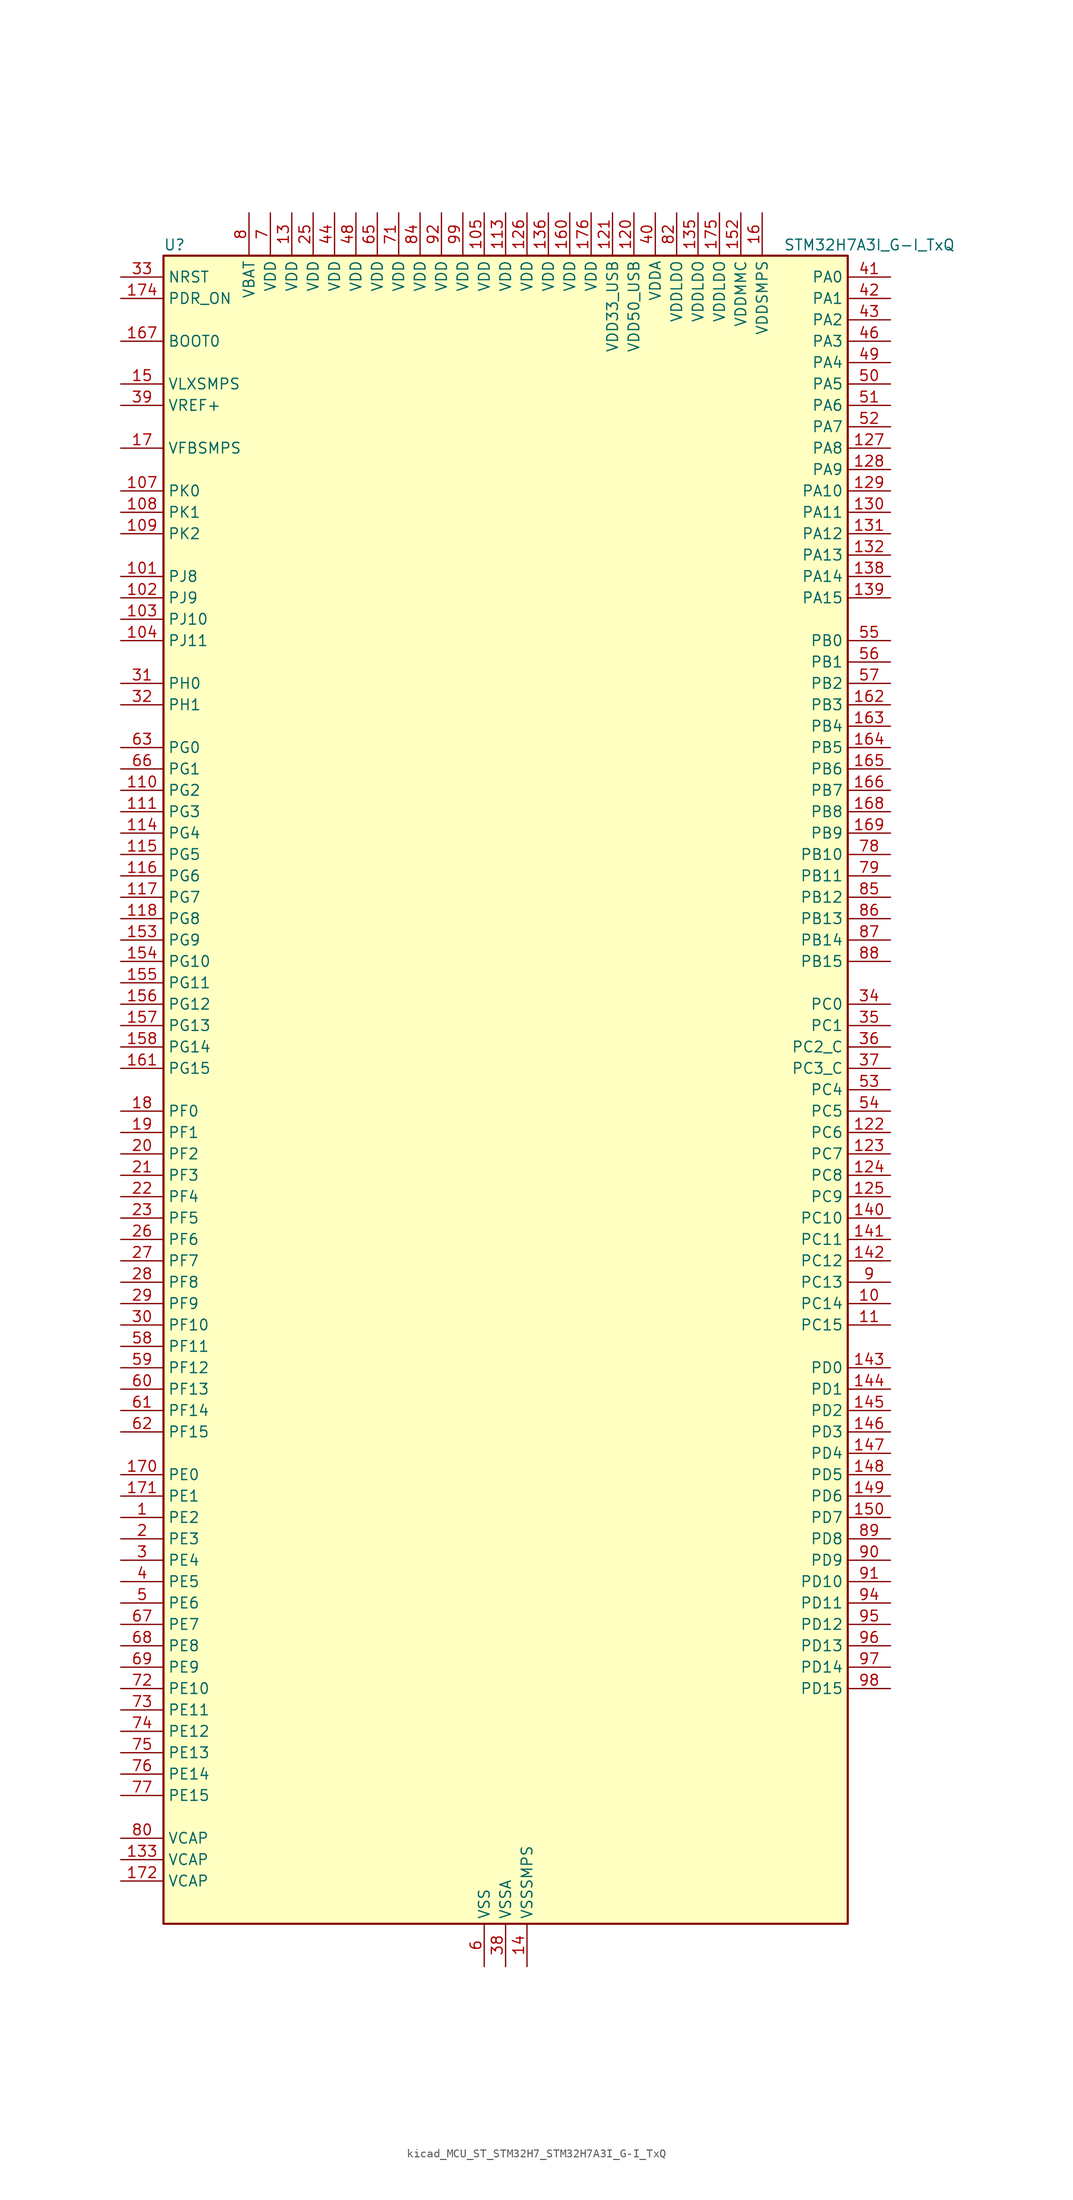
<source format=kicad_sym>
(kicad_symbol_lib
  (version 20220914)
  (generator kicad_symbol_editor)
  (symbol "kicad_MCU_ST_STM32H7_STM32H7A3I_G-I_TxQ"
    (property "Reference" "U"
      (at -40.64 100.33 0)
      (effects (font (size 1.27 1.27)) (justify left)))
    (property "Value" "STM32H7A3I_G-I_TxQ"
      (at 33.02 100.33 0)
      (effects (font (size 1.27 1.27)) (justify left)))
    (property "ki_locked" ""
      (at 0 0 0)
      (effects (font (size 1.27 1.27))))
    (symbol "kicad_MCU_ST_STM32H7_STM32H7A3I_G-I_TxQ_0_1"
      (rectangle (start -40.64 -99.06) (end 40.64 99.06) (stroke (width 0.254) (type default)) (fill (type background))))
    (symbol "kicad_MCU_ST_STM32H7_STM32H7A3I_G-I_TxQ_1_1"
      (pin bidirectional line (at -45.72 -50.8 0) (length 5.08) (name "PE2" (effects (font (size 1.27 1.27)))) (number "1" (effects (font (size 1.27 1.27)))) (alternate "DEBUG_TRACECLK" bidirectional line) (alternate "FMC_A23" bidirectional line) (alternate "OCTOSPIM_P1_IO2" bidirectional line) (alternate "SAI1_CK1" bidirectional line) (alternate "SAI1_MCLK_A" bidirectional line) (alternate "SPI4_SCK" bidirectional line) (alternate "USART10_RX" bidirectional line))
      (pin bidirectional line (at 45.72 -25.4 180) (length 5.08) (name "PC14" (effects (font (size 1.27 1.27)))) (number "10" (effects (font (size 1.27 1.27)))) (alternate "RCC_OSC32_IN" bidirectional line))
      (pin passive line (at -2.54 -104.14 90) (length 5.08) hide (name "VSS" (effects (font (size 1.27 1.27)))) (number "100" (effects (font (size 1.27 1.27)))))
      (pin bidirectional line (at -45.72 60.96 0) (length 5.08) (name "PJ8" (effects (font (size 1.27 1.27)))) (number "101" (effects (font (size 1.27 1.27)))) (alternate "LTDC_G1" bidirectional line) (alternate "TIM1_CH3N" bidirectional line) (alternate "TIM8_CH1" bidirectional line) (alternate "UART8_TX" bidirectional line))
      (pin bidirectional line (at -45.72 58.42 0) (length 5.08) (name "PJ9" (effects (font (size 1.27 1.27)))) (number "102" (effects (font (size 1.27 1.27)))) (alternate "DAC1_EXTI9" bidirectional line) (alternate "LTDC_G2" bidirectional line) (alternate "TIM1_CH3" bidirectional line) (alternate "TIM8_CH1N" bidirectional line) (alternate "UART8_RX" bidirectional line))
      (pin bidirectional line (at -45.72 55.88 0) (length 5.08) (name "PJ10" (effects (font (size 1.27 1.27)))) (number "103" (effects (font (size 1.27 1.27)))) (alternate "LTDC_G3" bidirectional line) (alternate "SPI5_MOSI" bidirectional line) (alternate "TIM1_CH2N" bidirectional line) (alternate "TIM8_CH2" bidirectional line))
      (pin bidirectional line (at -45.72 53.34 0) (length 5.08) (name "PJ11" (effects (font (size 1.27 1.27)))) (number "104" (effects (font (size 1.27 1.27)))) (alternate "ADC1_EXTI11" bidirectional line) (alternate "ADC2_EXTI11" bidirectional line) (alternate "LTDC_G4" bidirectional line) (alternate "SPI5_MISO" bidirectional line) (alternate "TIM1_CH2" bidirectional line) (alternate "TIM8_CH2N" bidirectional line))
      (pin power_in line (at -2.54 104.14 270) (length 5.08) (name "VDD" (effects (font (size 1.27 1.27)))) (number "105" (effects (font (size 1.27 1.27)))))
      (pin passive line (at -2.54 -104.14 90) (length 5.08) hide (name "VSS" (effects (font (size 1.27 1.27)))) (number "106" (effects (font (size 1.27 1.27)))))
      (pin bidirectional line (at -45.72 71.12 0) (length 5.08) (name "PK0" (effects (font (size 1.27 1.27)))) (number "107" (effects (font (size 1.27 1.27)))) (alternate "LTDC_G5" bidirectional line) (alternate "SPI5_SCK" bidirectional line) (alternate "TIM1_CH1N" bidirectional line) (alternate "TIM8_CH3" bidirectional line))
      (pin bidirectional line (at -45.72 68.58 0) (length 5.08) (name "PK1" (effects (font (size 1.27 1.27)))) (number "108" (effects (font (size 1.27 1.27)))) (alternate "LTDC_G6" bidirectional line) (alternate "SPI5_NSS" bidirectional line) (alternate "TIM1_CH1" bidirectional line) (alternate "TIM8_CH3N" bidirectional line))
      (pin bidirectional line (at -45.72 66.04 0) (length 5.08) (name "PK2" (effects (font (size 1.27 1.27)))) (number "109" (effects (font (size 1.27 1.27)))) (alternate "LTDC_G7" bidirectional line) (alternate "TIM1_BKIN" bidirectional line) (alternate "TIM1_BKIN_COMP1" bidirectional line) (alternate "TIM1_BKIN_COMP2" bidirectional line) (alternate "TIM8_BKIN" bidirectional line) (alternate "TIM8_BKIN_COMP1" bidirectional line) (alternate "TIM8_BKIN_COMP2" bidirectional line))
      (pin bidirectional line (at 45.72 -27.94 180) (length 5.08) (name "PC15" (effects (font (size 1.27 1.27)))) (number "11" (effects (font (size 1.27 1.27)))) (alternate "ADC1_EXTI15" bidirectional line) (alternate "ADC2_EXTI15" bidirectional line) (alternate "RCC_OSC32_OUT" bidirectional line))
      (pin bidirectional line (at -45.72 35.56 0) (length 5.08) (name "PG2" (effects (font (size 1.27 1.27)))) (number "110" (effects (font (size 1.27 1.27)))) (alternate "FMC_A12" bidirectional line) (alternate "TIM8_BKIN" bidirectional line) (alternate "TIM8_BKIN_COMP1" bidirectional line) (alternate "TIM8_BKIN_COMP2" bidirectional line))
      (pin bidirectional line (at -45.72 33.02 0) (length 5.08) (name "PG3" (effects (font (size 1.27 1.27)))) (number "111" (effects (font (size 1.27 1.27)))) (alternate "FMC_A13" bidirectional line) (alternate "TIM8_BKIN2" bidirectional line) (alternate "TIM8_BKIN2_COMP1" bidirectional line) (alternate "TIM8_BKIN2_COMP2" bidirectional line))
      (pin passive line (at -2.54 -104.14 90) (length 5.08) hide (name "VSS" (effects (font (size 1.27 1.27)))) (number "112" (effects (font (size 1.27 1.27)))))
      (pin power_in line (at 0 104.14 270) (length 5.08) (name "VDD" (effects (font (size 1.27 1.27)))) (number "113" (effects (font (size 1.27 1.27)))))
      (pin bidirectional line (at -45.72 30.48 0) (length 5.08) (name "PG4" (effects (font (size 1.27 1.27)))) (number "114" (effects (font (size 1.27 1.27)))) (alternate "FMC_A14" bidirectional line) (alternate "FMC_BA0" bidirectional line) (alternate "TIM1_BKIN2" bidirectional line) (alternate "TIM1_BKIN2_COMP1" bidirectional line) (alternate "TIM1_BKIN2_COMP2" bidirectional line))
      (pin bidirectional line (at -45.72 27.94 0) (length 5.08) (name "PG5" (effects (font (size 1.27 1.27)))) (number "115" (effects (font (size 1.27 1.27)))) (alternate "FMC_A15" bidirectional line) (alternate "FMC_BA1" bidirectional line) (alternate "TIM1_ETR" bidirectional line))
      (pin bidirectional line (at -45.72 25.4 0) (length 5.08) (name "PG6" (effects (font (size 1.27 1.27)))) (number "116" (effects (font (size 1.27 1.27)))) (alternate "DCMI_D12" bidirectional line) (alternate "FMC_NE3" bidirectional line) (alternate "LTDC_R7" bidirectional line) (alternate "OCTOSPIM_P1_NCS" bidirectional line) (alternate "PSSI_D12" bidirectional line) (alternate "TIM17_BKIN" bidirectional line))
      (pin bidirectional line (at -45.72 22.86 0) (length 5.08) (name "PG7" (effects (font (size 1.27 1.27)))) (number "117" (effects (font (size 1.27 1.27)))) (alternate "DCMI_D13" bidirectional line) (alternate "FMC_INT" bidirectional line) (alternate "LTDC_CLK" bidirectional line) (alternate "OCTOSPIM_P2_DQS" bidirectional line) (alternate "PSSI_D13" bidirectional line) (alternate "SAI1_MCLK_A" bidirectional line) (alternate "USART6_CK" bidirectional line))
      (pin bidirectional line (at -45.72 20.32 0) (length 5.08) (name "PG8" (effects (font (size 1.27 1.27)))) (number "118" (effects (font (size 1.27 1.27)))) (alternate "FMC_SDCLK" bidirectional line) (alternate "I2S6_WS" bidirectional line) (alternate "LTDC_G7" bidirectional line) (alternate "SPDIFRX_IN2" bidirectional line) (alternate "SPI6_NSS" bidirectional line) (alternate "TIM8_ETR" bidirectional line) (alternate "USART6_DE" bidirectional line) (alternate "USART6_RTS" bidirectional line))
      (pin passive line (at -2.54 -104.14 90) (length 5.08) hide (name "VSS" (effects (font (size 1.27 1.27)))) (number "119" (effects (font (size 1.27 1.27)))))
      (pin passive line (at -2.54 -104.14 90) (length 5.08) hide (name "VSS" (effects (font (size 1.27 1.27)))) (number "12" (effects (font (size 1.27 1.27)))))
      (pin power_in line (at 15.24 104.14 270) (length 5.08) (name "VDD50_USB" (effects (font (size 1.27 1.27)))) (number "120" (effects (font (size 1.27 1.27)))))
      (pin power_in line (at 12.7 104.14 270) (length 5.08) (name "VDD33_USB" (effects (font (size 1.27 1.27)))) (number "121" (effects (font (size 1.27 1.27)))))
      (pin bidirectional line (at 45.72 -5.08 180) (length 5.08) (name "PC6" (effects (font (size 1.27 1.27)))) (number "122" (effects (font (size 1.27 1.27)))) (alternate "DCMI_D0" bidirectional line) (alternate "DFSDM1_CKIN3" bidirectional line) (alternate "FMC_NWAIT" bidirectional line) (alternate "I2S2_MCK" bidirectional line) (alternate "LTDC_HSYNC" bidirectional line) (alternate "PSSI_D0" bidirectional line) (alternate "SDMMC1_D0DIR" bidirectional line) (alternate "SDMMC1_D6" bidirectional line) (alternate "SDMMC2_D6" bidirectional line) (alternate "SWPMI1_IO" bidirectional line) (alternate "TIM3_CH1" bidirectional line) (alternate "TIM8_CH1" bidirectional line) (alternate "USART6_TX" bidirectional line))
      (pin bidirectional line (at 45.72 -7.62 180) (length 5.08) (name "PC7" (effects (font (size 1.27 1.27)))) (number "123" (effects (font (size 1.27 1.27)))) (alternate "DCMI_D1" bidirectional line) (alternate "DEBUG_TRGIO" bidirectional line) (alternate "DFSDM1_DATIN3" bidirectional line) (alternate "FMC_NE1" bidirectional line) (alternate "I2S3_MCK" bidirectional line) (alternate "LTDC_G6" bidirectional line) (alternate "PSSI_D1" bidirectional line) (alternate "SDMMC1_D123DIR" bidirectional line) (alternate "SDMMC1_D7" bidirectional line) (alternate "SDMMC2_D7" bidirectional line) (alternate "SWPMI1_TX" bidirectional line) (alternate "TIM3_CH2" bidirectional line) (alternate "TIM8_CH2" bidirectional line) (alternate "USART6_RX" bidirectional line))
      (pin bidirectional line (at 45.72 -10.16 180) (length 5.08) (name "PC8" (effects (font (size 1.27 1.27)))) (number "124" (effects (font (size 1.27 1.27)))) (alternate "DCMI_D2" bidirectional line) (alternate "DEBUG_TRACED1" bidirectional line) (alternate "FMC_INT" bidirectional line) (alternate "FMC_NCE" bidirectional line) (alternate "FMC_NE2" bidirectional line) (alternate "PSSI_D2" bidirectional line) (alternate "SDMMC1_D0" bidirectional line) (alternate "SWPMI1_RX" bidirectional line) (alternate "TIM3_CH3" bidirectional line) (alternate "TIM8_CH3" bidirectional line) (alternate "UART5_DE" bidirectional line) (alternate "UART5_RTS" bidirectional line) (alternate "USART6_CK" bidirectional line))
      (pin bidirectional line (at 45.72 -12.7 180) (length 5.08) (name "PC9" (effects (font (size 1.27 1.27)))) (number "125" (effects (font (size 1.27 1.27)))) (alternate "DAC1_EXTI9" bidirectional line) (alternate "DCMI_D3" bidirectional line) (alternate "I2C3_SDA" bidirectional line) (alternate "I2S_CKIN" bidirectional line) (alternate "LTDC_B2" bidirectional line) (alternate "LTDC_G3" bidirectional line) (alternate "OCTOSPIM_P1_IO0" bidirectional line) (alternate "PSSI_D3" bidirectional line) (alternate "RCC_MCO_2" bidirectional line) (alternate "SDMMC1_D1" bidirectional line) (alternate "SWPMI1_SUSPEND" bidirectional line) (alternate "TIM3_CH4" bidirectional line) (alternate "TIM8_CH4" bidirectional line) (alternate "UART5_CTS" bidirectional line))
      (pin power_in line (at 2.54 104.14 270) (length 5.08) (name "VDD" (effects (font (size 1.27 1.27)))) (number "126" (effects (font (size 1.27 1.27)))))
      (pin bidirectional line (at 45.72 76.2 180) (length 5.08) (name "PA8" (effects (font (size 1.27 1.27)))) (number "127" (effects (font (size 1.27 1.27)))) (alternate "I2C3_SCL" bidirectional line) (alternate "LTDC_B3" bidirectional line) (alternate "LTDC_R6" bidirectional line) (alternate "RCC_MCO_1" bidirectional line) (alternate "TIM1_CH1" bidirectional line) (alternate "TIM8_BKIN2" bidirectional line) (alternate "TIM8_BKIN2_COMP1" bidirectional line) (alternate "TIM8_BKIN2_COMP2" bidirectional line) (alternate "UART7_RX" bidirectional line) (alternate "USART1_CK" bidirectional line) (alternate "USB_OTG_HS_SOF" bidirectional line))
      (pin bidirectional line (at 45.72 73.66 180) (length 5.08) (name "PA9" (effects (font (size 1.27 1.27)))) (number "128" (effects (font (size 1.27 1.27)))) (alternate "DAC1_EXTI9" bidirectional line) (alternate "DCMI_D0" bidirectional line) (alternate "I2C3_SMBA" bidirectional line) (alternate "I2S2_CK" bidirectional line) (alternate "LPUART1_TX" bidirectional line) (alternate "LTDC_R5" bidirectional line) (alternate "PSSI_D0" bidirectional line) (alternate "SPI2_SCK" bidirectional line) (alternate "TIM1_CH2" bidirectional line) (alternate "USART1_TX" bidirectional line) (alternate "USB_OTG_HS_VBUS" bidirectional line))
      (pin bidirectional line (at 45.72 71.12 180) (length 5.08) (name "PA10" (effects (font (size 1.27 1.27)))) (number "129" (effects (font (size 1.27 1.27)))) (alternate "DCMI_D1" bidirectional line) (alternate "LPUART1_RX" bidirectional line) (alternate "LTDC_B1" bidirectional line) (alternate "LTDC_B4" bidirectional line) (alternate "MDIOS_MDIO" bidirectional line) (alternate "PSSI_D1" bidirectional line) (alternate "TIM1_CH3" bidirectional line) (alternate "USART1_RX" bidirectional line) (alternate "USB_OTG_HS_ID" bidirectional line))
      (pin power_in line (at -25.4 104.14 270) (length 5.08) (name "VDD" (effects (font (size 1.27 1.27)))) (number "13" (effects (font (size 1.27 1.27)))))
      (pin bidirectional line (at 45.72 68.58 180) (length 5.08) (name "PA11" (effects (font (size 1.27 1.27)))) (number "130" (effects (font (size 1.27 1.27)))) (alternate "ADC1_EXTI11" bidirectional line) (alternate "ADC2_EXTI11" bidirectional line) (alternate "FDCAN1_RX" bidirectional line) (alternate "I2S2_WS" bidirectional line) (alternate "LPUART1_CTS" bidirectional line) (alternate "LTDC_R4" bidirectional line) (alternate "SPI2_NSS" bidirectional line) (alternate "TIM1_CH4" bidirectional line) (alternate "UART4_RX" bidirectional line) (alternate "USART1_CTS" bidirectional line) (alternate "USART1_NSS" bidirectional line) (alternate "USB_OTG_HS_DM" bidirectional line))
      (pin bidirectional line (at 45.72 66.04 180) (length 5.08) (name "PA12" (effects (font (size 1.27 1.27)))) (number "131" (effects (font (size 1.27 1.27)))) (alternate "FDCAN1_TX" bidirectional line) (alternate "I2S2_CK" bidirectional line) (alternate "LPUART1_DE" bidirectional line) (alternate "LPUART1_RTS" bidirectional line) (alternate "LTDC_R5" bidirectional line) (alternate "SAI2_FS_B" bidirectional line) (alternate "SPI2_SCK" bidirectional line) (alternate "TIM1_ETR" bidirectional line) (alternate "UART4_TX" bidirectional line) (alternate "USART1_DE" bidirectional line) (alternate "USART1_RTS" bidirectional line) (alternate "USB_OTG_HS_DP" bidirectional line))
      (pin bidirectional line (at 45.72 63.5 180) (length 5.08) (name "PA13" (effects (font (size 1.27 1.27)))) (number "132" (effects (font (size 1.27 1.27)))) (alternate "DEBUG_JTMS-SWDIO" bidirectional line))
      (pin power_out line (at -45.72 -91.44 0) (length 5.08) (name "VCAP" (effects (font (size 1.27 1.27)))) (number "133" (effects (font (size 1.27 1.27)))))
      (pin passive line (at -2.54 -104.14 90) (length 5.08) hide (name "VSS" (effects (font (size 1.27 1.27)))) (number "134" (effects (font (size 1.27 1.27)))))
      (pin power_in line (at 22.86 104.14 270) (length 5.08) (name "VDDLDO" (effects (font (size 1.27 1.27)))) (number "135" (effects (font (size 1.27 1.27)))))
      (pin power_in line (at 5.08 104.14 270) (length 5.08) (name "VDD" (effects (font (size 1.27 1.27)))) (number "136" (effects (font (size 1.27 1.27)))))
      (pin passive line (at -2.54 -104.14 90) (length 5.08) hide (name "VSS" (effects (font (size 1.27 1.27)))) (number "137" (effects (font (size 1.27 1.27)))))
      (pin bidirectional line (at 45.72 60.96 180) (length 5.08) (name "PA14" (effects (font (size 1.27 1.27)))) (number "138" (effects (font (size 1.27 1.27)))) (alternate "DEBUG_JTCK-SWCLK" bidirectional line))
      (pin bidirectional line (at 45.72 58.42 180) (length 5.08) (name "PA15" (effects (font (size 1.27 1.27)))) (number "139" (effects (font (size 1.27 1.27)))) (alternate "ADC1_EXTI15" bidirectional line) (alternate "ADC2_EXTI15" bidirectional line) (alternate "CEC" bidirectional line) (alternate "DEBUG_JTDI" bidirectional line) (alternate "I2S1_WS" bidirectional line) (alternate "I2S3_WS" bidirectional line) (alternate "I2S6_WS" bidirectional line) (alternate "LTDC_B6" bidirectional line) (alternate "LTDC_R3" bidirectional line) (alternate "SPI1_NSS" bidirectional line) (alternate "SPI3_NSS" bidirectional line) (alternate "SPI6_NSS" bidirectional line) (alternate "TIM2_CH1" bidirectional line) (alternate "TIM2_ETR" bidirectional line) (alternate "UART4_DE" bidirectional line) (alternate "UART4_RTS" bidirectional line) (alternate "UART7_TX" bidirectional line))
      (pin power_in line (at 2.54 -104.14 90) (length 5.08) (name "VSSSMPS" (effects (font (size 1.27 1.27)))) (number "14" (effects (font (size 1.27 1.27)))))
      (pin bidirectional line (at 45.72 -15.24 180) (length 5.08) (name "PC10" (effects (font (size 1.27 1.27)))) (number "140" (effects (font (size 1.27 1.27)))) (alternate "DCMI_D8" bidirectional line) (alternate "DFSDM1_CKIN5" bidirectional line) (alternate "DFSDM2_CKIN0" bidirectional line) (alternate "I2S3_CK" bidirectional line) (alternate "LTDC_B1" bidirectional line) (alternate "LTDC_R2" bidirectional line) (alternate "OCTOSPIM_P1_IO1" bidirectional line) (alternate "PSSI_D8" bidirectional line) (alternate "SDMMC1_D2" bidirectional line) (alternate "SPI3_SCK" bidirectional line) (alternate "SWPMI1_RX" bidirectional line) (alternate "UART4_TX" bidirectional line) (alternate "USART3_TX" bidirectional line))
      (pin bidirectional line (at 45.72 -17.78 180) (length 5.08) (name "PC11" (effects (font (size 1.27 1.27)))) (number "141" (effects (font (size 1.27 1.27)))) (alternate "ADC1_EXTI11" bidirectional line) (alternate "ADC2_EXTI11" bidirectional line) (alternate "DCMI_D4" bidirectional line) (alternate "DFSDM1_DATIN5" bidirectional line) (alternate "DFSDM2_DATIN0" bidirectional line) (alternate "I2S3_SDI" bidirectional line) (alternate "LTDC_B4" bidirectional line) (alternate "OCTOSPIM_P1_NCS" bidirectional line) (alternate "PSSI_D4" bidirectional line) (alternate "SDMMC1_D3" bidirectional line) (alternate "SPI3_MISO" bidirectional line) (alternate "UART4_RX" bidirectional line) (alternate "USART3_RX" bidirectional line))
      (pin bidirectional line (at 45.72 -20.32 180) (length 5.08) (name "PC12" (effects (font (size 1.27 1.27)))) (number "142" (effects (font (size 1.27 1.27)))) (alternate "DCMI_D9" bidirectional line) (alternate "DEBUG_TRACED3" bidirectional line) (alternate "DFSDM2_CKOUT" bidirectional line) (alternate "I2S3_SDO" bidirectional line) (alternate "I2S6_CK" bidirectional line) (alternate "LTDC_R6" bidirectional line) (alternate "PSSI_D9" bidirectional line) (alternate "SDMMC1_CK" bidirectional line) (alternate "SPI3_MOSI" bidirectional line) (alternate "SPI6_SCK" bidirectional line) (alternate "TIM15_CH1" bidirectional line) (alternate "UART5_TX" bidirectional line) (alternate "USART3_CK" bidirectional line))
      (pin bidirectional line (at 45.72 -33.02 180) (length 5.08) (name "PD0" (effects (font (size 1.27 1.27)))) (number "143" (effects (font (size 1.27 1.27)))) (alternate "DFSDM1_CKIN6" bidirectional line) (alternate "FDCAN1_RX" bidirectional line) (alternate "FMC_D2" bidirectional line) (alternate "FMC_DA2" bidirectional line) (alternate "LTDC_B1" bidirectional line) (alternate "UART4_RX" bidirectional line) (alternate "UART9_CTS" bidirectional line))
      (pin bidirectional line (at 45.72 -35.56 180) (length 5.08) (name "PD1" (effects (font (size 1.27 1.27)))) (number "144" (effects (font (size 1.27 1.27)))) (alternate "DFSDM1_DATIN6" bidirectional line) (alternate "FDCAN1_TX" bidirectional line) (alternate "FMC_D3" bidirectional line) (alternate "FMC_DA3" bidirectional line) (alternate "UART4_TX" bidirectional line))
      (pin bidirectional line (at 45.72 -38.1 180) (length 5.08) (name "PD2" (effects (font (size 1.27 1.27)))) (number "145" (effects (font (size 1.27 1.27)))) (alternate "DCMI_D11" bidirectional line) (alternate "DEBUG_TRACED2" bidirectional line) (alternate "LTDC_B2" bidirectional line) (alternate "LTDC_B7" bidirectional line) (alternate "PSSI_D11" bidirectional line) (alternate "SDMMC1_CMD" bidirectional line) (alternate "TIM15_BKIN" bidirectional line) (alternate "TIM3_ETR" bidirectional line) (alternate "UART5_RX" bidirectional line))
      (pin bidirectional line (at 45.72 -40.64 180) (length 5.08) (name "PD3" (effects (font (size 1.27 1.27)))) (number "146" (effects (font (size 1.27 1.27)))) (alternate "DCMI_D5" bidirectional line) (alternate "DFSDM1_CKOUT" bidirectional line) (alternate "FMC_CLK" bidirectional line) (alternate "I2S2_CK" bidirectional line) (alternate "LTDC_G7" bidirectional line) (alternate "PSSI_D5" bidirectional line) (alternate "SPI2_SCK" bidirectional line) (alternate "USART2_CTS" bidirectional line) (alternate "USART2_NSS" bidirectional line))
      (pin bidirectional line (at 45.72 -43.18 180) (length 5.08) (name "PD4" (effects (font (size 1.27 1.27)))) (number "147" (effects (font (size 1.27 1.27)))) (alternate "FMC_NOE" bidirectional line) (alternate "OCTOSPIM_P1_IO4" bidirectional line) (alternate "USART2_DE" bidirectional line) (alternate "USART2_RTS" bidirectional line))
      (pin bidirectional line (at 45.72 -45.72 180) (length 5.08) (name "PD5" (effects (font (size 1.27 1.27)))) (number "148" (effects (font (size 1.27 1.27)))) (alternate "FMC_NWE" bidirectional line) (alternate "OCTOSPIM_P1_IO5" bidirectional line) (alternate "USART2_TX" bidirectional line))
      (pin bidirectional line (at 45.72 -48.26 180) (length 5.08) (name "PD6" (effects (font (size 1.27 1.27)))) (number "149" (effects (font (size 1.27 1.27)))) (alternate "DCMI_D10" bidirectional line) (alternate "DFSDM1_CKIN4" bidirectional line) (alternate "DFSDM1_DATIN1" bidirectional line) (alternate "FMC_NWAIT" bidirectional line) (alternate "I2S3_SDO" bidirectional line) (alternate "LTDC_B2" bidirectional line) (alternate "OCTOSPIM_P1_IO6" bidirectional line) (alternate "PSSI_D10" bidirectional line) (alternate "SAI1_D1" bidirectional line) (alternate "SAI1_SD_A" bidirectional line) (alternate "SDMMC2_CK" bidirectional line) (alternate "SPI3_MOSI" bidirectional line) (alternate "USART2_RX" bidirectional line))
      (pin power_in line (at -45.72 83.82 0) (length 5.08) (name "VLXSMPS" (effects (font (size 1.27 1.27)))) (number "15" (effects (font (size 1.27 1.27)))))
      (pin bidirectional line (at 45.72 -50.8 180) (length 5.08) (name "PD7" (effects (font (size 1.27 1.27)))) (number "150" (effects (font (size 1.27 1.27)))) (alternate "DFSDM1_CKIN1" bidirectional line) (alternate "DFSDM1_DATIN4" bidirectional line) (alternate "FMC_NE1" bidirectional line) (alternate "I2S1_SDO" bidirectional line) (alternate "OCTOSPIM_P1_IO7" bidirectional line) (alternate "SDMMC2_CMD" bidirectional line) (alternate "SPDIFRX_IN0" bidirectional line) (alternate "SPI1_MOSI" bidirectional line) (alternate "USART2_CK" bidirectional line))
      (pin passive line (at -2.54 -104.14 90) (length 5.08) hide (name "VSS" (effects (font (size 1.27 1.27)))) (number "151" (effects (font (size 1.27 1.27)))))
      (pin power_in line (at 27.94 104.14 270) (length 5.08) (name "VDDMMC" (effects (font (size 1.27 1.27)))) (number "152" (effects (font (size 1.27 1.27)))))
      (pin bidirectional line (at -45.72 17.78 0) (length 5.08) (name "PG9" (effects (font (size 1.27 1.27)))) (number "153" (effects (font (size 1.27 1.27)))) (alternate "DAC1_EXTI9" bidirectional line) (alternate "DCMI_VSYNC" bidirectional line) (alternate "FMC_NCE" bidirectional line) (alternate "FMC_NE2" bidirectional line) (alternate "I2S1_SDI" bidirectional line) (alternate "OCTOSPIM_P1_IO6" bidirectional line) (alternate "PSSI_RDY" bidirectional line) (alternate "SAI2_FS_B" bidirectional line) (alternate "SDMMC2_D0" bidirectional line) (alternate "SPDIFRX_IN3" bidirectional line) (alternate "SPI1_MISO" bidirectional line) (alternate "USART6_RX" bidirectional line))
      (pin bidirectional line (at -45.72 15.24 0) (length 5.08) (name "PG10" (effects (font (size 1.27 1.27)))) (number "154" (effects (font (size 1.27 1.27)))) (alternate "DCMI_D2" bidirectional line) (alternate "FMC_NE3" bidirectional line) (alternate "I2S1_WS" bidirectional line) (alternate "LTDC_B2" bidirectional line) (alternate "LTDC_G3" bidirectional line) (alternate "OCTOSPIM_P2_IO6" bidirectional line) (alternate "PSSI_D2" bidirectional line) (alternate "SAI2_SD_B" bidirectional line) (alternate "SDMMC2_D1" bidirectional line) (alternate "SPI1_NSS" bidirectional line))
      (pin bidirectional line (at -45.72 12.7 0) (length 5.08) (name "PG11" (effects (font (size 1.27 1.27)))) (number "155" (effects (font (size 1.27 1.27)))) (alternate "ADC1_EXTI11" bidirectional line) (alternate "ADC2_EXTI11" bidirectional line) (alternate "DCMI_D3" bidirectional line) (alternate "I2S1_CK" bidirectional line) (alternate "LPTIM1_IN2" bidirectional line) (alternate "LTDC_B3" bidirectional line) (alternate "OCTOSPIM_P2_IO7" bidirectional line) (alternate "PSSI_D3" bidirectional line) (alternate "SDMMC2_D2" bidirectional line) (alternate "SPDIFRX_IN0" bidirectional line) (alternate "SPI1_SCK" bidirectional line) (alternate "USART10_RX" bidirectional line))
      (pin bidirectional line (at -45.72 10.16 0) (length 5.08) (name "PG12" (effects (font (size 1.27 1.27)))) (number "156" (effects (font (size 1.27 1.27)))) (alternate "FMC_NE4" bidirectional line) (alternate "I2S6_SDI" bidirectional line) (alternate "LPTIM1_IN1" bidirectional line) (alternate "LTDC_B1" bidirectional line) (alternate "LTDC_B4" bidirectional line) (alternate "OCTOSPIM_P2_NCS" bidirectional line) (alternate "SDMMC2_D3" bidirectional line) (alternate "SPDIFRX_IN1" bidirectional line) (alternate "SPI6_MISO" bidirectional line) (alternate "USART10_TX" bidirectional line) (alternate "USART6_DE" bidirectional line) (alternate "USART6_RTS" bidirectional line))
      (pin bidirectional line (at -45.72 7.62 0) (length 5.08) (name "PG13" (effects (font (size 1.27 1.27)))) (number "157" (effects (font (size 1.27 1.27)))) (alternate "DEBUG_TRACED0" bidirectional line) (alternate "FMC_A24" bidirectional line) (alternate "I2S6_CK" bidirectional line) (alternate "LPTIM1_OUT" bidirectional line) (alternate "LTDC_R0" bidirectional line) (alternate "SDMMC2_D6" bidirectional line) (alternate "SPI6_SCK" bidirectional line) (alternate "USART10_CTS" bidirectional line) (alternate "USART10_NSS" bidirectional line) (alternate "USART6_CTS" bidirectional line) (alternate "USART6_NSS" bidirectional line))
      (pin bidirectional line (at -45.72 5.08 0) (length 5.08) (name "PG14" (effects (font (size 1.27 1.27)))) (number "158" (effects (font (size 1.27 1.27)))) (alternate "DEBUG_TRACED1" bidirectional line) (alternate "FMC_A25" bidirectional line) (alternate "I2S6_SDO" bidirectional line) (alternate "LPTIM1_ETR" bidirectional line) (alternate "LTDC_B0" bidirectional line) (alternate "OCTOSPIM_P1_IO7" bidirectional line) (alternate "SDMMC2_D7" bidirectional line) (alternate "SPI6_MOSI" bidirectional line) (alternate "USART10_DE" bidirectional line) (alternate "USART10_RTS" bidirectional line) (alternate "USART6_TX" bidirectional line))
      (pin passive line (at -2.54 -104.14 90) (length 5.08) hide (name "VSS" (effects (font (size 1.27 1.27)))) (number "159" (effects (font (size 1.27 1.27)))))
      (pin power_in line (at 30.48 104.14 270) (length 5.08) (name "VDDSMPS" (effects (font (size 1.27 1.27)))) (number "16" (effects (font (size 1.27 1.27)))))
      (pin power_in line (at 7.62 104.14 270) (length 5.08) (name "VDD" (effects (font (size 1.27 1.27)))) (number "160" (effects (font (size 1.27 1.27)))))
      (pin bidirectional line (at -45.72 2.54 0) (length 5.08) (name "PG15" (effects (font (size 1.27 1.27)))) (number "161" (effects (font (size 1.27 1.27)))) (alternate "ADC1_EXTI15" bidirectional line) (alternate "ADC2_EXTI15" bidirectional line) (alternate "DCMI_D13" bidirectional line) (alternate "FMC_SDNCAS" bidirectional line) (alternate "OCTOSPIM_P2_DQS" bidirectional line) (alternate "PSSI_D13" bidirectional line) (alternate "USART10_CK" bidirectional line) (alternate "USART6_CTS" bidirectional line) (alternate "USART6_NSS" bidirectional line))
      (pin bidirectional line (at 45.72 45.72 180) (length 5.08) (name "PB3" (effects (font (size 1.27 1.27)))) (number "162" (effects (font (size 1.27 1.27)))) (alternate "CRS_SYNC" bidirectional line) (alternate "DEBUG_JTDO-SWO" bidirectional line) (alternate "I2S1_CK" bidirectional line) (alternate "I2S3_CK" bidirectional line) (alternate "I2S6_CK" bidirectional line) (alternate "SDMMC2_D2" bidirectional line) (alternate "SPI1_SCK" bidirectional line) (alternate "SPI3_SCK" bidirectional line) (alternate "SPI6_SCK" bidirectional line) (alternate "TIM2_CH2" bidirectional line) (alternate "UART7_RX" bidirectional line))
      (pin bidirectional line (at 45.72 43.18 180) (length 5.08) (name "PB4" (effects (font (size 1.27 1.27)))) (number "163" (effects (font (size 1.27 1.27)))) (alternate "DEBUG_JTRST" bidirectional line) (alternate "I2S1_SDI" bidirectional line) (alternate "I2S2_WS" bidirectional line) (alternate "I2S3_SDI" bidirectional line) (alternate "I2S6_SDI" bidirectional line) (alternate "SDMMC2_D3" bidirectional line) (alternate "SPI1_MISO" bidirectional line) (alternate "SPI2_NSS" bidirectional line) (alternate "SPI3_MISO" bidirectional line) (alternate "SPI6_MISO" bidirectional line) (alternate "TIM16_BKIN" bidirectional line) (alternate "TIM3_CH1" bidirectional line) (alternate "UART7_TX" bidirectional line))
      (pin bidirectional line (at 45.72 40.64 180) (length 5.08) (name "PB5" (effects (font (size 1.27 1.27)))) (number "164" (effects (font (size 1.27 1.27)))) (alternate "DCMI_D10" bidirectional line) (alternate "FDCAN2_RX" bidirectional line) (alternate "FMC_SDCKE1" bidirectional line) (alternate "I2C1_SMBA" bidirectional line) (alternate "I2C4_SMBA" bidirectional line) (alternate "I2S1_SDO" bidirectional line) (alternate "I2S3_SDO" bidirectional line) (alternate "I2S6_SDO" bidirectional line) (alternate "LTDC_B5" bidirectional line) (alternate "PSSI_D10" bidirectional line) (alternate "SPI1_MOSI" bidirectional line) (alternate "SPI3_MOSI" bidirectional line) (alternate "SPI6_MOSI" bidirectional line) (alternate "TIM17_BKIN" bidirectional line) (alternate "TIM3_CH2" bidirectional line) (alternate "UART5_RX" bidirectional line) (alternate "USB_OTG_HS_ULPI_D7" bidirectional line))
      (pin bidirectional line (at 45.72 38.1 180) (length 5.08) (name "PB6" (effects (font (size 1.27 1.27)))) (number "165" (effects (font (size 1.27 1.27)))) (alternate "CEC" bidirectional line) (alternate "DCMI_D5" bidirectional line) (alternate "DFSDM1_DATIN5" bidirectional line) (alternate "FDCAN2_TX" bidirectional line) (alternate "FMC_SDNE1" bidirectional line) (alternate "I2C1_SCL" bidirectional line) (alternate "I2C4_SCL" bidirectional line) (alternate "LPUART1_TX" bidirectional line) (alternate "OCTOSPIM_P1_NCS" bidirectional line) (alternate "PSSI_D5" bidirectional line) (alternate "TIM16_CH1N" bidirectional line) (alternate "TIM4_CH1" bidirectional line) (alternate "UART5_TX" bidirectional line) (alternate "USART1_TX" bidirectional line))
      (pin bidirectional line (at 45.72 35.56 180) (length 5.08) (name "PB7" (effects (font (size 1.27 1.27)))) (number "166" (effects (font (size 1.27 1.27)))) (alternate "DCMI_VSYNC" bidirectional line) (alternate "DFSDM1_CKIN5" bidirectional line) (alternate "FMC_NL" bidirectional line) (alternate "I2C1_SDA" bidirectional line) (alternate "I2C4_SDA" bidirectional line) (alternate "LPUART1_RX" bidirectional line) (alternate "PSSI_RDY" bidirectional line) (alternate "PWR_PVD_IN" bidirectional line) (alternate "TIM17_CH1N" bidirectional line) (alternate "TIM4_CH2" bidirectional line) (alternate "USART1_RX" bidirectional line))
      (pin input line (at -45.72 88.9 0) (length 5.08) (name "BOOT0" (effects (font (size 1.27 1.27)))) (number "167" (effects (font (size 1.27 1.27)))))
      (pin bidirectional line (at 45.72 33.02 180) (length 5.08) (name "PB8" (effects (font (size 1.27 1.27)))) (number "168" (effects (font (size 1.27 1.27)))) (alternate "DCMI_D6" bidirectional line) (alternate "DFSDM1_CKIN7" bidirectional line) (alternate "FDCAN1_RX" bidirectional line) (alternate "I2C1_SCL" bidirectional line) (alternate "I2C4_SCL" bidirectional line) (alternate "LTDC_B6" bidirectional line) (alternate "PSSI_D6" bidirectional line) (alternate "SDMMC1_CKIN" bidirectional line) (alternate "SDMMC1_D4" bidirectional line) (alternate "SDMMC2_D4" bidirectional line) (alternate "TIM16_CH1" bidirectional line) (alternate "TIM4_CH3" bidirectional line) (alternate "UART4_RX" bidirectional line))
      (pin bidirectional line (at 45.72 30.48 180) (length 5.08) (name "PB9" (effects (font (size 1.27 1.27)))) (number "169" (effects (font (size 1.27 1.27)))) (alternate "DAC1_EXTI9" bidirectional line) (alternate "DCMI_D7" bidirectional line) (alternate "DFSDM1_DATIN7" bidirectional line) (alternate "FDCAN1_TX" bidirectional line) (alternate "I2C1_SDA" bidirectional line) (alternate "I2C4_SDA" bidirectional line) (alternate "I2C4_SMBA" bidirectional line) (alternate "I2S2_WS" bidirectional line) (alternate "LTDC_B7" bidirectional line) (alternate "PSSI_D7" bidirectional line) (alternate "SDMMC1_CDIR" bidirectional line) (alternate "SDMMC1_D5" bidirectional line) (alternate "SDMMC2_D5" bidirectional line) (alternate "SPI2_NSS" bidirectional line) (alternate "TIM17_CH1" bidirectional line) (alternate "TIM4_CH4" bidirectional line) (alternate "UART4_TX" bidirectional line))
      (pin input line (at -45.72 76.2 0) (length 5.08) (name "VFBSMPS" (effects (font (size 1.27 1.27)))) (number "17" (effects (font (size 1.27 1.27)))))
      (pin bidirectional line (at -45.72 -45.72 0) (length 5.08) (name "PE0" (effects (font (size 1.27 1.27)))) (number "170" (effects (font (size 1.27 1.27)))) (alternate "DCMI_D2" bidirectional line) (alternate "FMC_NBL0" bidirectional line) (alternate "LPTIM1_ETR" bidirectional line) (alternate "LPTIM2_ETR" bidirectional line) (alternate "LTDC_R0" bidirectional line) (alternate "PSSI_D2" bidirectional line) (alternate "SAI2_MCLK_A" bidirectional line) (alternate "TIM4_ETR" bidirectional line) (alternate "UART8_RX" bidirectional line))
      (pin bidirectional line (at -45.72 -48.26 0) (length 5.08) (name "PE1" (effects (font (size 1.27 1.27)))) (number "171" (effects (font (size 1.27 1.27)))) (alternate "DCMI_D3" bidirectional line) (alternate "FMC_NBL1" bidirectional line) (alternate "LPTIM1_IN2" bidirectional line) (alternate "LTDC_R6" bidirectional line) (alternate "PSSI_D3" bidirectional line) (alternate "UART8_TX" bidirectional line))
      (pin power_out line (at -45.72 -93.98 0) (length 5.08) (name "VCAP" (effects (font (size 1.27 1.27)))) (number "172" (effects (font (size 1.27 1.27)))))
      (pin passive line (at -2.54 -104.14 90) (length 5.08) hide (name "VSS" (effects (font (size 1.27 1.27)))) (number "173" (effects (font (size 1.27 1.27)))))
      (pin input line (at -45.72 93.98 0) (length 5.08) (name "PDR_ON" (effects (font (size 1.27 1.27)))) (number "174" (effects (font (size 1.27 1.27)))))
      (pin power_in line (at 25.4 104.14 270) (length 5.08) (name "VDDLDO" (effects (font (size 1.27 1.27)))) (number "175" (effects (font (size 1.27 1.27)))))
      (pin power_in line (at 10.16 104.14 270) (length 5.08) (name "VDD" (effects (font (size 1.27 1.27)))) (number "176" (effects (font (size 1.27 1.27)))))
      (pin bidirectional line (at -45.72 -2.54 0) (length 5.08) (name "PF0" (effects (font (size 1.27 1.27)))) (number "18" (effects (font (size 1.27 1.27)))) (alternate "FMC_A0" bidirectional line) (alternate "I2C2_SDA" bidirectional line) (alternate "OCTOSPIM_P2_IO0" bidirectional line))
      (pin bidirectional line (at -45.72 -5.08 0) (length 5.08) (name "PF1" (effects (font (size 1.27 1.27)))) (number "19" (effects (font (size 1.27 1.27)))) (alternate "FMC_A1" bidirectional line) (alternate "I2C2_SCL" bidirectional line) (alternate "OCTOSPIM_P2_IO1" bidirectional line))
      (pin bidirectional line (at -45.72 -53.34 0) (length 5.08) (name "PE3" (effects (font (size 1.27 1.27)))) (number "2" (effects (font (size 1.27 1.27)))) (alternate "DEBUG_TRACED0" bidirectional line) (alternate "FMC_A19" bidirectional line) (alternate "SAI1_SD_B" bidirectional line) (alternate "TIM15_BKIN" bidirectional line) (alternate "USART10_TX" bidirectional line))
      (pin bidirectional line (at -45.72 -7.62 0) (length 5.08) (name "PF2" (effects (font (size 1.27 1.27)))) (number "20" (effects (font (size 1.27 1.27)))) (alternate "FMC_A2" bidirectional line) (alternate "I2C2_SMBA" bidirectional line) (alternate "OCTOSPIM_P2_IO2" bidirectional line))
      (pin bidirectional line (at -45.72 -10.16 0) (length 5.08) (name "PF3" (effects (font (size 1.27 1.27)))) (number "21" (effects (font (size 1.27 1.27)))) (alternate "FMC_A3" bidirectional line) (alternate "OCTOSPIM_P2_IO3" bidirectional line))
      (pin bidirectional line (at -45.72 -12.7 0) (length 5.08) (name "PF4" (effects (font (size 1.27 1.27)))) (number "22" (effects (font (size 1.27 1.27)))) (alternate "FMC_A4" bidirectional line) (alternate "OCTOSPIM_P2_CLK" bidirectional line))
      (pin bidirectional line (at -45.72 -15.24 0) (length 5.08) (name "PF5" (effects (font (size 1.27 1.27)))) (number "23" (effects (font (size 1.27 1.27)))) (alternate "FMC_A5" bidirectional line) (alternate "OCTOSPIM_P2_NCLK" bidirectional line))
      (pin passive line (at -2.54 -104.14 90) (length 5.08) hide (name "VSS" (effects (font (size 1.27 1.27)))) (number "24" (effects (font (size 1.27 1.27)))))
      (pin power_in line (at -22.86 104.14 270) (length 5.08) (name "VDD" (effects (font (size 1.27 1.27)))) (number "25" (effects (font (size 1.27 1.27)))))
      (pin bidirectional line (at -45.72 -17.78 0) (length 5.08) (name "PF6" (effects (font (size 1.27 1.27)))) (number "26" (effects (font (size 1.27 1.27)))) (alternate "OCTOSPIM_P1_IO3" bidirectional line) (alternate "SAI1_SD_B" bidirectional line) (alternate "SPI5_NSS" bidirectional line) (alternate "TIM16_CH1" bidirectional line) (alternate "UART7_RX" bidirectional line))
      (pin bidirectional line (at -45.72 -20.32 0) (length 5.08) (name "PF7" (effects (font (size 1.27 1.27)))) (number "27" (effects (font (size 1.27 1.27)))) (alternate "OCTOSPIM_P1_IO2" bidirectional line) (alternate "SAI1_MCLK_B" bidirectional line) (alternate "SPI5_SCK" bidirectional line) (alternate "TIM17_CH1" bidirectional line) (alternate "UART7_TX" bidirectional line))
      (pin bidirectional line (at -45.72 -22.86 0) (length 5.08) (name "PF8" (effects (font (size 1.27 1.27)))) (number "28" (effects (font (size 1.27 1.27)))) (alternate "OCTOSPIM_P1_IO0" bidirectional line) (alternate "SAI1_SCK_B" bidirectional line) (alternate "SPI5_MISO" bidirectional line) (alternate "TIM13_CH1" bidirectional line) (alternate "TIM16_CH1N" bidirectional line) (alternate "UART7_DE" bidirectional line) (alternate "UART7_RTS" bidirectional line))
      (pin bidirectional line (at -45.72 -25.4 0) (length 5.08) (name "PF9" (effects (font (size 1.27 1.27)))) (number "29" (effects (font (size 1.27 1.27)))) (alternate "DAC1_EXTI9" bidirectional line) (alternate "OCTOSPIM_P1_IO1" bidirectional line) (alternate "SAI1_FS_B" bidirectional line) (alternate "SPI5_MOSI" bidirectional line) (alternate "TIM14_CH1" bidirectional line) (alternate "TIM17_CH1N" bidirectional line) (alternate "UART7_CTS" bidirectional line))
      (pin bidirectional line (at -45.72 -55.88 0) (length 5.08) (name "PE4" (effects (font (size 1.27 1.27)))) (number "3" (effects (font (size 1.27 1.27)))) (alternate "DCMI_D4" bidirectional line) (alternate "DEBUG_TRACED1" bidirectional line) (alternate "DFSDM1_DATIN3" bidirectional line) (alternate "FMC_A20" bidirectional line) (alternate "LTDC_B0" bidirectional line) (alternate "PSSI_D4" bidirectional line) (alternate "SAI1_D2" bidirectional line) (alternate "SAI1_FS_A" bidirectional line) (alternate "SPI4_NSS" bidirectional line) (alternate "TIM15_CH1N" bidirectional line))
      (pin bidirectional line (at -45.72 -27.94 0) (length 5.08) (name "PF10" (effects (font (size 1.27 1.27)))) (number "30" (effects (font (size 1.27 1.27)))) (alternate "DCMI_D11" bidirectional line) (alternate "LTDC_DE" bidirectional line) (alternate "OCTOSPIM_P1_CLK" bidirectional line) (alternate "PSSI_D11" bidirectional line) (alternate "PSSI_D15" bidirectional line) (alternate "SAI1_D3" bidirectional line) (alternate "TIM16_BKIN" bidirectional line))
      (pin bidirectional line (at -45.72 48.26 0) (length 5.08) (name "PH0" (effects (font (size 1.27 1.27)))) (number "31" (effects (font (size 1.27 1.27)))) (alternate "RCC_OSC_IN" bidirectional line))
      (pin bidirectional line (at -45.72 45.72 0) (length 5.08) (name "PH1" (effects (font (size 1.27 1.27)))) (number "32" (effects (font (size 1.27 1.27)))) (alternate "RCC_OSC_OUT" bidirectional line))
      (pin input line (at -45.72 96.52 0) (length 5.08) (name "NRST" (effects (font (size 1.27 1.27)))) (number "33" (effects (font (size 1.27 1.27)))))
      (pin bidirectional line (at 45.72 10.16 180) (length 5.08) (name "PC0" (effects (font (size 1.27 1.27)))) (number "34" (effects (font (size 1.27 1.27)))) (alternate "ADC1_INP10" bidirectional line) (alternate "ADC2_INP10" bidirectional line) (alternate "DFSDM1_CKIN0" bidirectional line) (alternate "DFSDM1_DATIN4" bidirectional line) (alternate "FMC_A25" bidirectional line) (alternate "FMC_SDNWE" bidirectional line) (alternate "LTDC_G2" bidirectional line) (alternate "LTDC_R5" bidirectional line) (alternate "SAI2_FS_B" bidirectional line) (alternate "USB_OTG_HS_ULPI_STP" bidirectional line))
      (pin bidirectional line (at 45.72 7.62 180) (length 5.08) (name "PC1" (effects (font (size 1.27 1.27)))) (number "35" (effects (font (size 1.27 1.27)))) (alternate "ADC1_INN10" bidirectional line) (alternate "ADC1_INP11" bidirectional line) (alternate "ADC2_INN10" bidirectional line) (alternate "ADC2_INP11" bidirectional line) (alternate "DEBUG_TRACED0" bidirectional line) (alternate "DFSDM1_CKIN4" bidirectional line) (alternate "DFSDM1_DATIN0" bidirectional line) (alternate "I2S2_SDO" bidirectional line) (alternate "LTDC_G5" bidirectional line) (alternate "MDIOS_MDC" bidirectional line) (alternate "OCTOSPIM_P1_IO4" bidirectional line) (alternate "PWR_WKUP6" bidirectional line) (alternate "RTC_TAMP3" bidirectional line) (alternate "SAI1_D1" bidirectional line) (alternate "SAI1_SD_A" bidirectional line) (alternate "SDMMC2_CK" bidirectional line) (alternate "SPI2_MOSI" bidirectional line))
      (pin bidirectional line (at 45.72 5.08 180) (length 5.08) (name "PC2_C" (effects (font (size 1.27 1.27)))) (number "36" (effects (font (size 1.27 1.27)))) (alternate "ADC2_INN1" bidirectional line) (alternate "ADC2_INP0" bidirectional line) (alternate "DFSDM1_CKIN1" bidirectional line) (alternate "DFSDM1_CKOUT" bidirectional line) (alternate "FMC_SDNE0" bidirectional line) (alternate "I2S2_SDI" bidirectional line) (alternate "OCTOSPIM_P1_IO2" bidirectional line) (alternate "OCTOSPIM_P1_IO5" bidirectional line) (alternate "PWR_CSTOP" bidirectional line) (alternate "SPI2_MISO" bidirectional line) (alternate "USB_OTG_HS_ULPI_DIR" bidirectional line))
      (pin bidirectional line (at 45.72 2.54 180) (length 5.08) (name "PC3_C" (effects (font (size 1.27 1.27)))) (number "37" (effects (font (size 1.27 1.27)))) (alternate "ADC2_INP1" bidirectional line) (alternate "DFSDM1_DATIN1" bidirectional line) (alternate "FMC_SDCKE0" bidirectional line) (alternate "I2S2_SDO" bidirectional line) (alternate "OCTOSPIM_P1_IO0" bidirectional line) (alternate "OCTOSPIM_P1_IO6" bidirectional line) (alternate "PWR_CSLEEP" bidirectional line) (alternate "SPI2_MOSI" bidirectional line) (alternate "USB_OTG_HS_ULPI_NXT" bidirectional line))
      (pin power_in line (at 0 -104.14 90) (length 5.08) (name "VSSA" (effects (font (size 1.27 1.27)))) (number "38" (effects (font (size 1.27 1.27)))))
      (pin input line (at -45.72 81.28 0) (length 5.08) (name "VREF+" (effects (font (size 1.27 1.27)))) (number "39" (effects (font (size 1.27 1.27)))) (alternate "VREFBUF_OUT" bidirectional line))
      (pin bidirectional line (at -45.72 -58.42 0) (length 5.08) (name "PE5" (effects (font (size 1.27 1.27)))) (number "4" (effects (font (size 1.27 1.27)))) (alternate "DCMI_D6" bidirectional line) (alternate "DEBUG_TRACED2" bidirectional line) (alternate "DFSDM1_CKIN3" bidirectional line) (alternate "FMC_A21" bidirectional line) (alternate "LTDC_G0" bidirectional line) (alternate "PSSI_D6" bidirectional line) (alternate "SAI1_CK2" bidirectional line) (alternate "SAI1_SCK_A" bidirectional line) (alternate "SPI4_MISO" bidirectional line) (alternate "TIM15_CH1" bidirectional line))
      (pin power_in line (at 17.78 104.14 270) (length 5.08) (name "VDDA" (effects (font (size 1.27 1.27)))) (number "40" (effects (font (size 1.27 1.27)))))
      (pin bidirectional line (at 45.72 96.52 180) (length 5.08) (name "PA0" (effects (font (size 1.27 1.27)))) (number "41" (effects (font (size 1.27 1.27)))) (alternate "ADC1_INP16" bidirectional line) (alternate "I2S6_WS" bidirectional line) (alternate "PWR_WKUP1" bidirectional line) (alternate "SAI2_SD_B" bidirectional line) (alternate "SDMMC2_CMD" bidirectional line) (alternate "SPI6_NSS" bidirectional line) (alternate "TIM15_BKIN" bidirectional line) (alternate "TIM2_CH1" bidirectional line) (alternate "TIM2_ETR" bidirectional line) (alternate "TIM5_CH1" bidirectional line) (alternate "TIM8_ETR" bidirectional line) (alternate "UART4_TX" bidirectional line) (alternate "USART2_CTS" bidirectional line) (alternate "USART2_NSS" bidirectional line))
      (pin bidirectional line (at 45.72 93.98 180) (length 5.08) (name "PA1" (effects (font (size 1.27 1.27)))) (number "42" (effects (font (size 1.27 1.27)))) (alternate "ADC1_INN16" bidirectional line) (alternate "ADC1_INP17" bidirectional line) (alternate "LPTIM3_OUT" bidirectional line) (alternate "LTDC_R2" bidirectional line) (alternate "OCTOSPIM_P1_DQS" bidirectional line) (alternate "OCTOSPIM_P1_IO3" bidirectional line) (alternate "SAI2_MCLK_B" bidirectional line) (alternate "TIM15_CH1N" bidirectional line) (alternate "TIM2_CH2" bidirectional line) (alternate "TIM5_CH2" bidirectional line) (alternate "UART4_RX" bidirectional line) (alternate "USART2_DE" bidirectional line) (alternate "USART2_RTS" bidirectional line))
      (pin bidirectional line (at 45.72 91.44 180) (length 5.08) (name "PA2" (effects (font (size 1.27 1.27)))) (number "43" (effects (font (size 1.27 1.27)))) (alternate "ADC1_INP14" bidirectional line) (alternate "DFSDM2_CKIN1" bidirectional line) (alternate "LTDC_R1" bidirectional line) (alternate "MDIOS_MDIO" bidirectional line) (alternate "PWR_WKUP2" bidirectional line) (alternate "SAI2_SCK_B" bidirectional line) (alternate "TIM15_CH1" bidirectional line) (alternate "TIM2_CH3" bidirectional line) (alternate "TIM5_CH3" bidirectional line) (alternate "USART2_TX" bidirectional line))
      (pin power_in line (at -20.32 104.14 270) (length 5.08) (name "VDD" (effects (font (size 1.27 1.27)))) (number "44" (effects (font (size 1.27 1.27)))))
      (pin passive line (at -2.54 -104.14 90) (length 5.08) hide (name "VSS" (effects (font (size 1.27 1.27)))) (number "45" (effects (font (size 1.27 1.27)))))
      (pin bidirectional line (at 45.72 88.9 180) (length 5.08) (name "PA3" (effects (font (size 1.27 1.27)))) (number "46" (effects (font (size 1.27 1.27)))) (alternate "ADC1_INP15" bidirectional line) (alternate "I2S6_MCK" bidirectional line) (alternate "LTDC_B2" bidirectional line) (alternate "LTDC_B5" bidirectional line) (alternate "OCTOSPIM_P1_CLK" bidirectional line) (alternate "TIM15_CH2" bidirectional line) (alternate "TIM2_CH4" bidirectional line) (alternate "TIM5_CH4" bidirectional line) (alternate "USART2_RX" bidirectional line) (alternate "USB_OTG_HS_ULPI_D0" bidirectional line))
      (pin passive line (at -2.54 -104.14 90) (length 5.08) hide (name "VSS" (effects (font (size 1.27 1.27)))) (number "47" (effects (font (size 1.27 1.27)))))
      (pin power_in line (at -17.78 104.14 270) (length 5.08) (name "VDD" (effects (font (size 1.27 1.27)))) (number "48" (effects (font (size 1.27 1.27)))))
      (pin bidirectional line (at 45.72 86.36 180) (length 5.08) (name "PA4" (effects (font (size 1.27 1.27)))) (number "49" (effects (font (size 1.27 1.27)))) (alternate "ADC1_INP18" bidirectional line) (alternate "DAC1_OUT1" bidirectional line) (alternate "DCMI_HSYNC" bidirectional line) (alternate "I2S1_WS" bidirectional line) (alternate "I2S3_WS" bidirectional line) (alternate "I2S6_WS" bidirectional line) (alternate "LTDC_VSYNC" bidirectional line) (alternate "PSSI_DE" bidirectional line) (alternate "SPI1_NSS" bidirectional line) (alternate "SPI3_NSS" bidirectional line) (alternate "SPI6_NSS" bidirectional line) (alternate "TIM5_ETR" bidirectional line) (alternate "USART2_CK" bidirectional line))
      (pin bidirectional line (at -45.72 -60.96 0) (length 5.08) (name "PE6" (effects (font (size 1.27 1.27)))) (number "5" (effects (font (size 1.27 1.27)))) (alternate "DCMI_D7" bidirectional line) (alternate "DEBUG_TRACED3" bidirectional line) (alternate "FMC_A22" bidirectional line) (alternate "LTDC_G1" bidirectional line) (alternate "PSSI_D7" bidirectional line) (alternate "SAI1_D1" bidirectional line) (alternate "SAI1_SD_A" bidirectional line) (alternate "SAI2_MCLK_B" bidirectional line) (alternate "SPI4_MOSI" bidirectional line) (alternate "TIM15_CH2" bidirectional line) (alternate "TIM1_BKIN2" bidirectional line) (alternate "TIM1_BKIN2_COMP1" bidirectional line) (alternate "TIM1_BKIN2_COMP2" bidirectional line))
      (pin bidirectional line (at 45.72 83.82 180) (length 5.08) (name "PA5" (effects (font (size 1.27 1.27)))) (number "50" (effects (font (size 1.27 1.27)))) (alternate "ADC1_INN18" bidirectional line) (alternate "ADC1_INP19" bidirectional line) (alternate "DAC1_OUT2" bidirectional line) (alternate "I2S1_CK" bidirectional line) (alternate "I2S6_CK" bidirectional line) (alternate "LTDC_R4" bidirectional line) (alternate "PSSI_D14" bidirectional line) (alternate "PWR_NDSTOP2" bidirectional line) (alternate "SPI1_SCK" bidirectional line) (alternate "SPI6_SCK" bidirectional line) (alternate "TIM2_CH1" bidirectional line) (alternate "TIM2_ETR" bidirectional line) (alternate "TIM8_CH1N" bidirectional line) (alternate "USB_OTG_HS_ULPI_CK" bidirectional line))
      (pin bidirectional line (at 45.72 81.28 180) (length 5.08) (name "PA6" (effects (font (size 1.27 1.27)))) (number "51" (effects (font (size 1.27 1.27)))) (alternate "ADC1_INP3" bidirectional line) (alternate "ADC2_INP3" bidirectional line) (alternate "DAC2_OUT1" bidirectional line) (alternate "DCMI_PIXCLK" bidirectional line) (alternate "I2S1_SDI" bidirectional line) (alternate "I2S6_SDI" bidirectional line) (alternate "LTDC_G2" bidirectional line) (alternate "MDIOS_MDC" bidirectional line) (alternate "OCTOSPIM_P1_IO3" bidirectional line) (alternate "PSSI_PDCK" bidirectional line) (alternate "SPI1_MISO" bidirectional line) (alternate "SPI6_MISO" bidirectional line) (alternate "TIM13_CH1" bidirectional line) (alternate "TIM1_BKIN" bidirectional line) (alternate "TIM1_BKIN_COMP1" bidirectional line) (alternate "TIM1_BKIN_COMP2" bidirectional line) (alternate "TIM3_CH1" bidirectional line) (alternate "TIM8_BKIN" bidirectional line) (alternate "TIM8_BKIN_COMP1" bidirectional line) (alternate "TIM8_BKIN_COMP2" bidirectional line))
      (pin bidirectional line (at 45.72 78.74 180) (length 5.08) (name "PA7" (effects (font (size 1.27 1.27)))) (number "52" (effects (font (size 1.27 1.27)))) (alternate "ADC1_INN3" bidirectional line) (alternate "ADC1_INP7" bidirectional line) (alternate "ADC2_INN3" bidirectional line) (alternate "ADC2_INP7" bidirectional line) (alternate "DFSDM2_DATIN1" bidirectional line) (alternate "FMC_SDNWE" bidirectional line) (alternate "I2S1_SDO" bidirectional line) (alternate "I2S6_SDO" bidirectional line) (alternate "LTDC_VSYNC" bidirectional line) (alternate "OCTOSPIM_P1_IO2" bidirectional line) (alternate "OPAMP1_VINM" bidirectional line) (alternate "SPI1_MOSI" bidirectional line) (alternate "SPI6_MOSI" bidirectional line) (alternate "TIM14_CH1" bidirectional line) (alternate "TIM1_CH1N" bidirectional line) (alternate "TIM3_CH2" bidirectional line) (alternate "TIM8_CH1N" bidirectional line))
      (pin bidirectional line (at 45.72 0 180) (length 5.08) (name "PC4" (effects (font (size 1.27 1.27)))) (number "53" (effects (font (size 1.27 1.27)))) (alternate "ADC1_INP4" bidirectional line) (alternate "ADC2_INP4" bidirectional line) (alternate "COMP1_INM" bidirectional line) (alternate "DFSDM1_CKIN2" bidirectional line) (alternate "FMC_SDNE0" bidirectional line) (alternate "I2S1_MCK" bidirectional line) (alternate "LTDC_R7" bidirectional line) (alternate "OPAMP1_VOUT" bidirectional line) (alternate "SPDIFRX_IN2" bidirectional line))
      (pin bidirectional line (at 45.72 -2.54 180) (length 5.08) (name "PC5" (effects (font (size 1.27 1.27)))) (number "54" (effects (font (size 1.27 1.27)))) (alternate "ADC1_INN4" bidirectional line) (alternate "ADC1_INP8" bidirectional line) (alternate "ADC2_INN4" bidirectional line) (alternate "ADC2_INP8" bidirectional line) (alternate "COMP1_OUT" bidirectional line) (alternate "DFSDM1_DATIN2" bidirectional line) (alternate "FMC_SDCKE0" bidirectional line) (alternate "LTDC_DE" bidirectional line) (alternate "OCTOSPIM_P1_DQS" bidirectional line) (alternate "OPAMP1_VINM" bidirectional line) (alternate "PSSI_D15" bidirectional line) (alternate "SAI1_D3" bidirectional line) (alternate "SPDIFRX_IN3" bidirectional line))
      (pin bidirectional line (at 45.72 53.34 180) (length 5.08) (name "PB0" (effects (font (size 1.27 1.27)))) (number "55" (effects (font (size 1.27 1.27)))) (alternate "ADC1_INN5" bidirectional line) (alternate "ADC1_INP9" bidirectional line) (alternate "ADC2_INN5" bidirectional line) (alternate "ADC2_INP9" bidirectional line) (alternate "COMP1_INP" bidirectional line) (alternate "DFSDM1_CKOUT" bidirectional line) (alternate "DFSDM2_CKOUT" bidirectional line) (alternate "LTDC_G1" bidirectional line) (alternate "LTDC_R3" bidirectional line) (alternate "OCTOSPIM_P1_IO1" bidirectional line) (alternate "OPAMP1_VINP" bidirectional line) (alternate "TIM1_CH2N" bidirectional line) (alternate "TIM3_CH3" bidirectional line) (alternate "TIM8_CH2N" bidirectional line) (alternate "UART4_CTS" bidirectional line) (alternate "USB_OTG_HS_ULPI_D1" bidirectional line))
      (pin bidirectional line (at 45.72 50.8 180) (length 5.08) (name "PB1" (effects (font (size 1.27 1.27)))) (number "56" (effects (font (size 1.27 1.27)))) (alternate "ADC1_INP5" bidirectional line) (alternate "ADC2_INP5" bidirectional line) (alternate "COMP1_INM" bidirectional line) (alternate "DFSDM1_DATIN1" bidirectional line) (alternate "LTDC_G0" bidirectional line) (alternate "LTDC_R6" bidirectional line) (alternate "OCTOSPIM_P1_IO0" bidirectional line) (alternate "TIM1_CH3N" bidirectional line) (alternate "TIM3_CH4" bidirectional line) (alternate "TIM8_CH3N" bidirectional line) (alternate "USB_OTG_HS_ULPI_D2" bidirectional line))
      (pin bidirectional line (at 45.72 48.26 180) (length 5.08) (name "PB2" (effects (font (size 1.27 1.27)))) (number "57" (effects (font (size 1.27 1.27)))) (alternate "COMP1_INP" bidirectional line) (alternate "DFSDM1_CKIN1" bidirectional line) (alternate "I2S3_SDO" bidirectional line) (alternate "OCTOSPIM_P1_CLK" bidirectional line) (alternate "OCTOSPIM_P1_DQS" bidirectional line) (alternate "RTC_OUT_ALARM" bidirectional line) (alternate "RTC_OUT_CALIB" bidirectional line) (alternate "SAI1_D1" bidirectional line) (alternate "SAI1_SD_A" bidirectional line) (alternate "SPI3_MOSI" bidirectional line))
      (pin bidirectional line (at -45.72 -30.48 0) (length 5.08) (name "PF11" (effects (font (size 1.27 1.27)))) (number "58" (effects (font (size 1.27 1.27)))) (alternate "ADC1_EXTI11" bidirectional line) (alternate "ADC1_INP2" bidirectional line) (alternate "ADC2_EXTI11" bidirectional line) (alternate "DCMI_D12" bidirectional line) (alternate "FMC_SDNRAS" bidirectional line) (alternate "OCTOSPIM_P1_NCLK" bidirectional line) (alternate "PSSI_D12" bidirectional line) (alternate "SAI2_SD_B" bidirectional line) (alternate "SPI5_MOSI" bidirectional line))
      (pin bidirectional line (at -45.72 -33.02 0) (length 5.08) (name "PF12" (effects (font (size 1.27 1.27)))) (number "59" (effects (font (size 1.27 1.27)))) (alternate "ADC1_INN2" bidirectional line) (alternate "ADC1_INP6" bidirectional line) (alternate "FMC_A6" bidirectional line) (alternate "OCTOSPIM_P2_DQS" bidirectional line))
      (pin power_in line (at -2.54 -104.14 90) (length 5.08) (name "VSS" (effects (font (size 1.27 1.27)))) (number "6" (effects (font (size 1.27 1.27)))))
      (pin bidirectional line (at -45.72 -35.56 0) (length 5.08) (name "PF13" (effects (font (size 1.27 1.27)))) (number "60" (effects (font (size 1.27 1.27)))) (alternate "ADC2_INP2" bidirectional line) (alternate "DFSDM1_DATIN6" bidirectional line) (alternate "FMC_A7" bidirectional line) (alternate "I2C4_SMBA" bidirectional line))
      (pin bidirectional line (at -45.72 -38.1 0) (length 5.08) (name "PF14" (effects (font (size 1.27 1.27)))) (number "61" (effects (font (size 1.27 1.27)))) (alternate "ADC2_INN2" bidirectional line) (alternate "ADC2_INP6" bidirectional line) (alternate "DFSDM1_CKIN6" bidirectional line) (alternate "FMC_A8" bidirectional line) (alternate "I2C4_SCL" bidirectional line))
      (pin bidirectional line (at -45.72 -40.64 0) (length 5.08) (name "PF15" (effects (font (size 1.27 1.27)))) (number "62" (effects (font (size 1.27 1.27)))) (alternate "ADC1_EXTI15" bidirectional line) (alternate "ADC2_EXTI15" bidirectional line) (alternate "FMC_A9" bidirectional line) (alternate "I2C4_SDA" bidirectional line))
      (pin bidirectional line (at -45.72 40.64 0) (length 5.08) (name "PG0" (effects (font (size 1.27 1.27)))) (number "63" (effects (font (size 1.27 1.27)))) (alternate "FMC_A10" bidirectional line) (alternate "OCTOSPIM_P2_IO4" bidirectional line) (alternate "UART9_RX" bidirectional line))
      (pin passive line (at -2.54 -104.14 90) (length 5.08) hide (name "VSS" (effects (font (size 1.27 1.27)))) (number "64" (effects (font (size 1.27 1.27)))))
      (pin power_in line (at -15.24 104.14 270) (length 5.08) (name "VDD" (effects (font (size 1.27 1.27)))) (number "65" (effects (font (size 1.27 1.27)))))
      (pin bidirectional line (at -45.72 38.1 0) (length 5.08) (name "PG1" (effects (font (size 1.27 1.27)))) (number "66" (effects (font (size 1.27 1.27)))) (alternate "FMC_A11" bidirectional line) (alternate "OCTOSPIM_P2_IO5" bidirectional line) (alternate "OPAMP2_VINM" bidirectional line) (alternate "UART9_TX" bidirectional line))
      (pin bidirectional line (at -45.72 -63.5 0) (length 5.08) (name "PE7" (effects (font (size 1.27 1.27)))) (number "67" (effects (font (size 1.27 1.27)))) (alternate "COMP2_INM" bidirectional line) (alternate "DFSDM1_DATIN2" bidirectional line) (alternate "FMC_D4" bidirectional line) (alternate "FMC_DA4" bidirectional line) (alternate "OCTOSPIM_P1_IO4" bidirectional line) (alternate "OPAMP2_VOUT" bidirectional line) (alternate "TIM1_ETR" bidirectional line) (alternate "UART7_RX" bidirectional line))
      (pin bidirectional line (at -45.72 -66.04 0) (length 5.08) (name "PE8" (effects (font (size 1.27 1.27)))) (number "68" (effects (font (size 1.27 1.27)))) (alternate "COMP2_OUT" bidirectional line) (alternate "DFSDM1_CKIN2" bidirectional line) (alternate "FMC_D5" bidirectional line) (alternate "FMC_DA5" bidirectional line) (alternate "OCTOSPIM_P1_IO5" bidirectional line) (alternate "OPAMP2_VINM" bidirectional line) (alternate "TIM1_CH1N" bidirectional line) (alternate "UART7_TX" bidirectional line))
      (pin bidirectional line (at -45.72 -68.58 0) (length 5.08) (name "PE9" (effects (font (size 1.27 1.27)))) (number "69" (effects (font (size 1.27 1.27)))) (alternate "COMP2_INP" bidirectional line) (alternate "DAC1_EXTI9" bidirectional line) (alternate "DFSDM1_CKOUT" bidirectional line) (alternate "FMC_D6" bidirectional line) (alternate "FMC_DA6" bidirectional line) (alternate "OCTOSPIM_P1_IO6" bidirectional line) (alternate "OPAMP2_VINP" bidirectional line) (alternate "TIM1_CH1" bidirectional line) (alternate "UART7_DE" bidirectional line) (alternate "UART7_RTS" bidirectional line))
      (pin power_in line (at -27.94 104.14 270) (length 5.08) (name "VDD" (effects (font (size 1.27 1.27)))) (number "7" (effects (font (size 1.27 1.27)))))
      (pin passive line (at -2.54 -104.14 90) (length 5.08) hide (name "VSS" (effects (font (size 1.27 1.27)))) (number "70" (effects (font (size 1.27 1.27)))))
      (pin power_in line (at -12.7 104.14 270) (length 5.08) (name "VDD" (effects (font (size 1.27 1.27)))) (number "71" (effects (font (size 1.27 1.27)))))
      (pin bidirectional line (at -45.72 -71.12 0) (length 5.08) (name "PE10" (effects (font (size 1.27 1.27)))) (number "72" (effects (font (size 1.27 1.27)))) (alternate "COMP2_INM" bidirectional line) (alternate "DFSDM1_DATIN4" bidirectional line) (alternate "FMC_D7" bidirectional line) (alternate "FMC_DA7" bidirectional line) (alternate "OCTOSPIM_P1_IO7" bidirectional line) (alternate "TIM1_CH2N" bidirectional line) (alternate "UART7_CTS" bidirectional line))
      (pin bidirectional line (at -45.72 -73.66 0) (length 5.08) (name "PE11" (effects (font (size 1.27 1.27)))) (number "73" (effects (font (size 1.27 1.27)))) (alternate "ADC1_EXTI11" bidirectional line) (alternate "ADC2_EXTI11" bidirectional line) (alternate "COMP2_INP" bidirectional line) (alternate "DFSDM1_CKIN4" bidirectional line) (alternate "FMC_D8" bidirectional line) (alternate "FMC_DA8" bidirectional line) (alternate "LTDC_G3" bidirectional line) (alternate "OCTOSPIM_P1_NCS" bidirectional line) (alternate "SAI2_SD_B" bidirectional line) (alternate "SPI4_NSS" bidirectional line) (alternate "TIM1_CH2" bidirectional line))
      (pin bidirectional line (at -45.72 -76.2 0) (length 5.08) (name "PE12" (effects (font (size 1.27 1.27)))) (number "74" (effects (font (size 1.27 1.27)))) (alternate "COMP1_OUT" bidirectional line) (alternate "DFSDM1_DATIN5" bidirectional line) (alternate "FMC_D9" bidirectional line) (alternate "FMC_DA9" bidirectional line) (alternate "LTDC_B4" bidirectional line) (alternate "SAI2_SCK_B" bidirectional line) (alternate "SPI4_SCK" bidirectional line) (alternate "TIM1_CH3N" bidirectional line))
      (pin bidirectional line (at -45.72 -78.74 0) (length 5.08) (name "PE13" (effects (font (size 1.27 1.27)))) (number "75" (effects (font (size 1.27 1.27)))) (alternate "COMP2_OUT" bidirectional line) (alternate "DFSDM1_CKIN5" bidirectional line) (alternate "FMC_D10" bidirectional line) (alternate "FMC_DA10" bidirectional line) (alternate "LTDC_DE" bidirectional line) (alternate "SAI2_FS_B" bidirectional line) (alternate "SPI4_MISO" bidirectional line) (alternate "TIM1_CH3" bidirectional line))
      (pin bidirectional line (at -45.72 -81.28 0) (length 5.08) (name "PE14" (effects (font (size 1.27 1.27)))) (number "76" (effects (font (size 1.27 1.27)))) (alternate "FMC_D11" bidirectional line) (alternate "FMC_DA11" bidirectional line) (alternate "LTDC_CLK" bidirectional line) (alternate "SAI2_MCLK_B" bidirectional line) (alternate "SPI4_MOSI" bidirectional line) (alternate "TIM1_CH4" bidirectional line))
      (pin bidirectional line (at -45.72 -83.82 0) (length 5.08) (name "PE15" (effects (font (size 1.27 1.27)))) (number "77" (effects (font (size 1.27 1.27)))) (alternate "ADC1_EXTI15" bidirectional line) (alternate "ADC2_EXTI15" bidirectional line) (alternate "FMC_D12" bidirectional line) (alternate "FMC_DA12" bidirectional line) (alternate "LTDC_R7" bidirectional line) (alternate "TIM1_BKIN" bidirectional line) (alternate "TIM1_BKIN_COMP1" bidirectional line) (alternate "TIM1_BKIN_COMP2" bidirectional line) (alternate "USART10_CK" bidirectional line))
      (pin bidirectional line (at 45.72 27.94 180) (length 5.08) (name "PB10" (effects (font (size 1.27 1.27)))) (number "78" (effects (font (size 1.27 1.27)))) (alternate "DFSDM1_DATIN7" bidirectional line) (alternate "I2C2_SCL" bidirectional line) (alternate "I2S2_CK" bidirectional line) (alternate "LPTIM2_IN1" bidirectional line) (alternate "LTDC_G4" bidirectional line) (alternate "OCTOSPIM_P1_NCS" bidirectional line) (alternate "SPI2_SCK" bidirectional line) (alternate "TIM2_CH3" bidirectional line) (alternate "USART3_TX" bidirectional line) (alternate "USB_OTG_HS_ULPI_D3" bidirectional line))
      (pin bidirectional line (at 45.72 25.4 180) (length 5.08) (name "PB11" (effects (font (size 1.27 1.27)))) (number "79" (effects (font (size 1.27 1.27)))) (alternate "ADC1_EXTI11" bidirectional line) (alternate "ADC2_EXTI11" bidirectional line) (alternate "DFSDM1_CKIN7" bidirectional line) (alternate "I2C2_SDA" bidirectional line) (alternate "LPTIM2_ETR" bidirectional line) (alternate "LTDC_G5" bidirectional line) (alternate "TIM2_CH4" bidirectional line) (alternate "USART3_RX" bidirectional line) (alternate "USB_OTG_HS_ULPI_D4" bidirectional line))
      (pin power_in line (at -30.48 104.14 270) (length 5.08) (name "VBAT" (effects (font (size 1.27 1.27)))) (number "8" (effects (font (size 1.27 1.27)))))
      (pin power_out line (at -45.72 -88.9 0) (length 5.08) (name "VCAP" (effects (font (size 1.27 1.27)))) (number "80" (effects (font (size 1.27 1.27)))))
      (pin passive line (at -2.54 -104.14 90) (length 5.08) hide (name "VSS" (effects (font (size 1.27 1.27)))) (number "81" (effects (font (size 1.27 1.27)))))
      (pin power_in line (at 20.32 104.14 270) (length 5.08) (name "VDDLDO" (effects (font (size 1.27 1.27)))) (number "82" (effects (font (size 1.27 1.27)))))
      (pin passive line (at -2.54 -104.14 90) (length 5.08) hide (name "VSS" (effects (font (size 1.27 1.27)))) (number "83" (effects (font (size 1.27 1.27)))))
      (pin power_in line (at -10.16 104.14 270) (length 5.08) (name "VDD" (effects (font (size 1.27 1.27)))) (number "84" (effects (font (size 1.27 1.27)))))
      (pin bidirectional line (at 45.72 22.86 180) (length 5.08) (name "PB12" (effects (font (size 1.27 1.27)))) (number "85" (effects (font (size 1.27 1.27)))) (alternate "DFSDM1_DATIN1" bidirectional line) (alternate "DFSDM2_DATIN1" bidirectional line) (alternate "FDCAN2_RX" bidirectional line) (alternate "I2C2_SMBA" bidirectional line) (alternate "I2S2_WS" bidirectional line) (alternate "OCTOSPIM_P1_NCLK" bidirectional line) (alternate "SPI2_NSS" bidirectional line) (alternate "TIM1_BKIN" bidirectional line) (alternate "TIM1_BKIN_COMP1" bidirectional line) (alternate "TIM1_BKIN_COMP2" bidirectional line) (alternate "UART5_RX" bidirectional line) (alternate "USART3_CK" bidirectional line) (alternate "USB_OTG_HS_ULPI_D5" bidirectional line))
      (pin bidirectional line (at 45.72 20.32 180) (length 5.08) (name "PB13" (effects (font (size 1.27 1.27)))) (number "86" (effects (font (size 1.27 1.27)))) (alternate "DCMI_D2" bidirectional line) (alternate "DFSDM1_CKIN1" bidirectional line) (alternate "DFSDM2_CKIN1" bidirectional line) (alternate "FDCAN2_TX" bidirectional line) (alternate "I2S2_CK" bidirectional line) (alternate "LPTIM2_OUT" bidirectional line) (alternate "PSSI_D2" bidirectional line) (alternate "SDMMC1_D0" bidirectional line) (alternate "SPI2_SCK" bidirectional line) (alternate "TIM1_CH1N" bidirectional line) (alternate "UART5_TX" bidirectional line) (alternate "USART3_CTS" bidirectional line) (alternate "USART3_NSS" bidirectional line) (alternate "USB_OTG_HS_ULPI_D6" bidirectional line))
      (pin bidirectional line (at 45.72 17.78 180) (length 5.08) (name "PB14" (effects (font (size 1.27 1.27)))) (number "87" (effects (font (size 1.27 1.27)))) (alternate "DFSDM1_DATIN2" bidirectional line) (alternate "I2S2_SDI" bidirectional line) (alternate "LTDC_CLK" bidirectional line) (alternate "SDMMC2_D0" bidirectional line) (alternate "SPI2_MISO" bidirectional line) (alternate "TIM12_CH1" bidirectional line) (alternate "TIM1_CH2N" bidirectional line) (alternate "TIM8_CH2N" bidirectional line) (alternate "UART4_DE" bidirectional line) (alternate "UART4_RTS" bidirectional line) (alternate "USART1_TX" bidirectional line) (alternate "USART3_DE" bidirectional line) (alternate "USART3_RTS" bidirectional line))
      (pin bidirectional line (at 45.72 15.24 180) (length 5.08) (name "PB15" (effects (font (size 1.27 1.27)))) (number "88" (effects (font (size 1.27 1.27)))) (alternate "ADC1_EXTI15" bidirectional line) (alternate "ADC2_EXTI15" bidirectional line) (alternate "DFSDM1_CKIN2" bidirectional line) (alternate "I2S2_SDO" bidirectional line) (alternate "LTDC_G7" bidirectional line) (alternate "RTC_REFIN" bidirectional line) (alternate "SDMMC2_D1" bidirectional line) (alternate "SPI2_MOSI" bidirectional line) (alternate "TIM12_CH2" bidirectional line) (alternate "TIM1_CH3N" bidirectional line) (alternate "TIM8_CH3N" bidirectional line) (alternate "UART4_CTS" bidirectional line) (alternate "USART1_RX" bidirectional line))
      (pin bidirectional line (at 45.72 -53.34 180) (length 5.08) (name "PD8" (effects (font (size 1.27 1.27)))) (number "89" (effects (font (size 1.27 1.27)))) (alternate "DFSDM1_CKIN3" bidirectional line) (alternate "FMC_D13" bidirectional line) (alternate "FMC_DA13" bidirectional line) (alternate "SPDIFRX_IN1" bidirectional line) (alternate "USART3_TX" bidirectional line))
      (pin bidirectional line (at 45.72 -22.86 180) (length 5.08) (name "PC13" (effects (font (size 1.27 1.27)))) (number "9" (effects (font (size 1.27 1.27)))) (alternate "PWR_WKUP4" bidirectional line) (alternate "RTC_OUT_ALARM" bidirectional line) (alternate "RTC_OUT_CALIB" bidirectional line) (alternate "RTC_TAMP1" bidirectional line) (alternate "RTC_TS" bidirectional line))
      (pin bidirectional line (at 45.72 -55.88 180) (length 5.08) (name "PD9" (effects (font (size 1.27 1.27)))) (number "90" (effects (font (size 1.27 1.27)))) (alternate "DAC1_EXTI9" bidirectional line) (alternate "DFSDM1_DATIN3" bidirectional line) (alternate "FMC_D14" bidirectional line) (alternate "FMC_DA14" bidirectional line) (alternate "USART3_RX" bidirectional line))
      (pin bidirectional line (at 45.72 -58.42 180) (length 5.08) (name "PD10" (effects (font (size 1.27 1.27)))) (number "91" (effects (font (size 1.27 1.27)))) (alternate "DFSDM1_CKOUT" bidirectional line) (alternate "DFSDM2_CKOUT" bidirectional line) (alternate "FMC_D15" bidirectional line) (alternate "FMC_DA15" bidirectional line) (alternate "LTDC_B3" bidirectional line) (alternate "USART3_CK" bidirectional line))
      (pin power_in line (at -7.62 104.14 270) (length 5.08) (name "VDD" (effects (font (size 1.27 1.27)))) (number "92" (effects (font (size 1.27 1.27)))))
      (pin passive line (at -2.54 -104.14 90) (length 5.08) hide (name "VSS" (effects (font (size 1.27 1.27)))) (number "93" (effects (font (size 1.27 1.27)))))
      (pin bidirectional line (at 45.72 -60.96 180) (length 5.08) (name "PD11" (effects (font (size 1.27 1.27)))) (number "94" (effects (font (size 1.27 1.27)))) (alternate "ADC1_EXTI11" bidirectional line) (alternate "ADC2_EXTI11" bidirectional line) (alternate "FMC_A16" bidirectional line) (alternate "FMC_CLE" bidirectional line) (alternate "I2C4_SMBA" bidirectional line) (alternate "LPTIM2_IN2" bidirectional line) (alternate "OCTOSPIM_P1_IO0" bidirectional line) (alternate "SAI2_SD_A" bidirectional line) (alternate "USART3_CTS" bidirectional line) (alternate "USART3_NSS" bidirectional line))
      (pin bidirectional line (at 45.72 -63.5 180) (length 5.08) (name "PD12" (effects (font (size 1.27 1.27)))) (number "95" (effects (font (size 1.27 1.27)))) (alternate "DCMI_D12" bidirectional line) (alternate "FMC_A17" bidirectional line) (alternate "FMC_ALE" bidirectional line) (alternate "I2C4_SCL" bidirectional line) (alternate "LPTIM1_IN1" bidirectional line) (alternate "LPTIM2_IN1" bidirectional line) (alternate "OCTOSPIM_P1_IO1" bidirectional line) (alternate "PSSI_D12" bidirectional line) (alternate "SAI2_FS_A" bidirectional line) (alternate "TIM4_CH1" bidirectional line) (alternate "USART3_DE" bidirectional line) (alternate "USART3_RTS" bidirectional line))
      (pin bidirectional line (at 45.72 -66.04 180) (length 5.08) (name "PD13" (effects (font (size 1.27 1.27)))) (number "96" (effects (font (size 1.27 1.27)))) (alternate "DCMI_D13" bidirectional line) (alternate "FMC_A18" bidirectional line) (alternate "I2C4_SDA" bidirectional line) (alternate "LPTIM1_OUT" bidirectional line) (alternate "OCTOSPIM_P1_IO3" bidirectional line) (alternate "PSSI_D13" bidirectional line) (alternate "SAI2_SCK_A" bidirectional line) (alternate "TIM4_CH2" bidirectional line) (alternate "UART9_DE" bidirectional line) (alternate "UART9_RTS" bidirectional line))
      (pin bidirectional line (at 45.72 -68.58 180) (length 5.08) (name "PD14" (effects (font (size 1.27 1.27)))) (number "97" (effects (font (size 1.27 1.27)))) (alternate "FMC_D0" bidirectional line) (alternate "FMC_DA0" bidirectional line) (alternate "TIM4_CH3" bidirectional line) (alternate "UART8_CTS" bidirectional line) (alternate "UART9_RX" bidirectional line))
      (pin bidirectional line (at 45.72 -71.12 180) (length 5.08) (name "PD15" (effects (font (size 1.27 1.27)))) (number "98" (effects (font (size 1.27 1.27)))) (alternate "ADC1_EXTI15" bidirectional line) (alternate "ADC2_EXTI15" bidirectional line) (alternate "FMC_D1" bidirectional line) (alternate "FMC_DA1" bidirectional line) (alternate "TIM4_CH4" bidirectional line) (alternate "UART8_DE" bidirectional line) (alternate "UART8_RTS" bidirectional line) (alternate "UART9_TX" bidirectional line))
      (pin power_in line (at -5.08 104.14 270) (length 5.08) (name "VDD" (effects (font (size 1.27 1.27)))) (number "99" (effects (font (size 1.27 1.27))))))))
</source>
